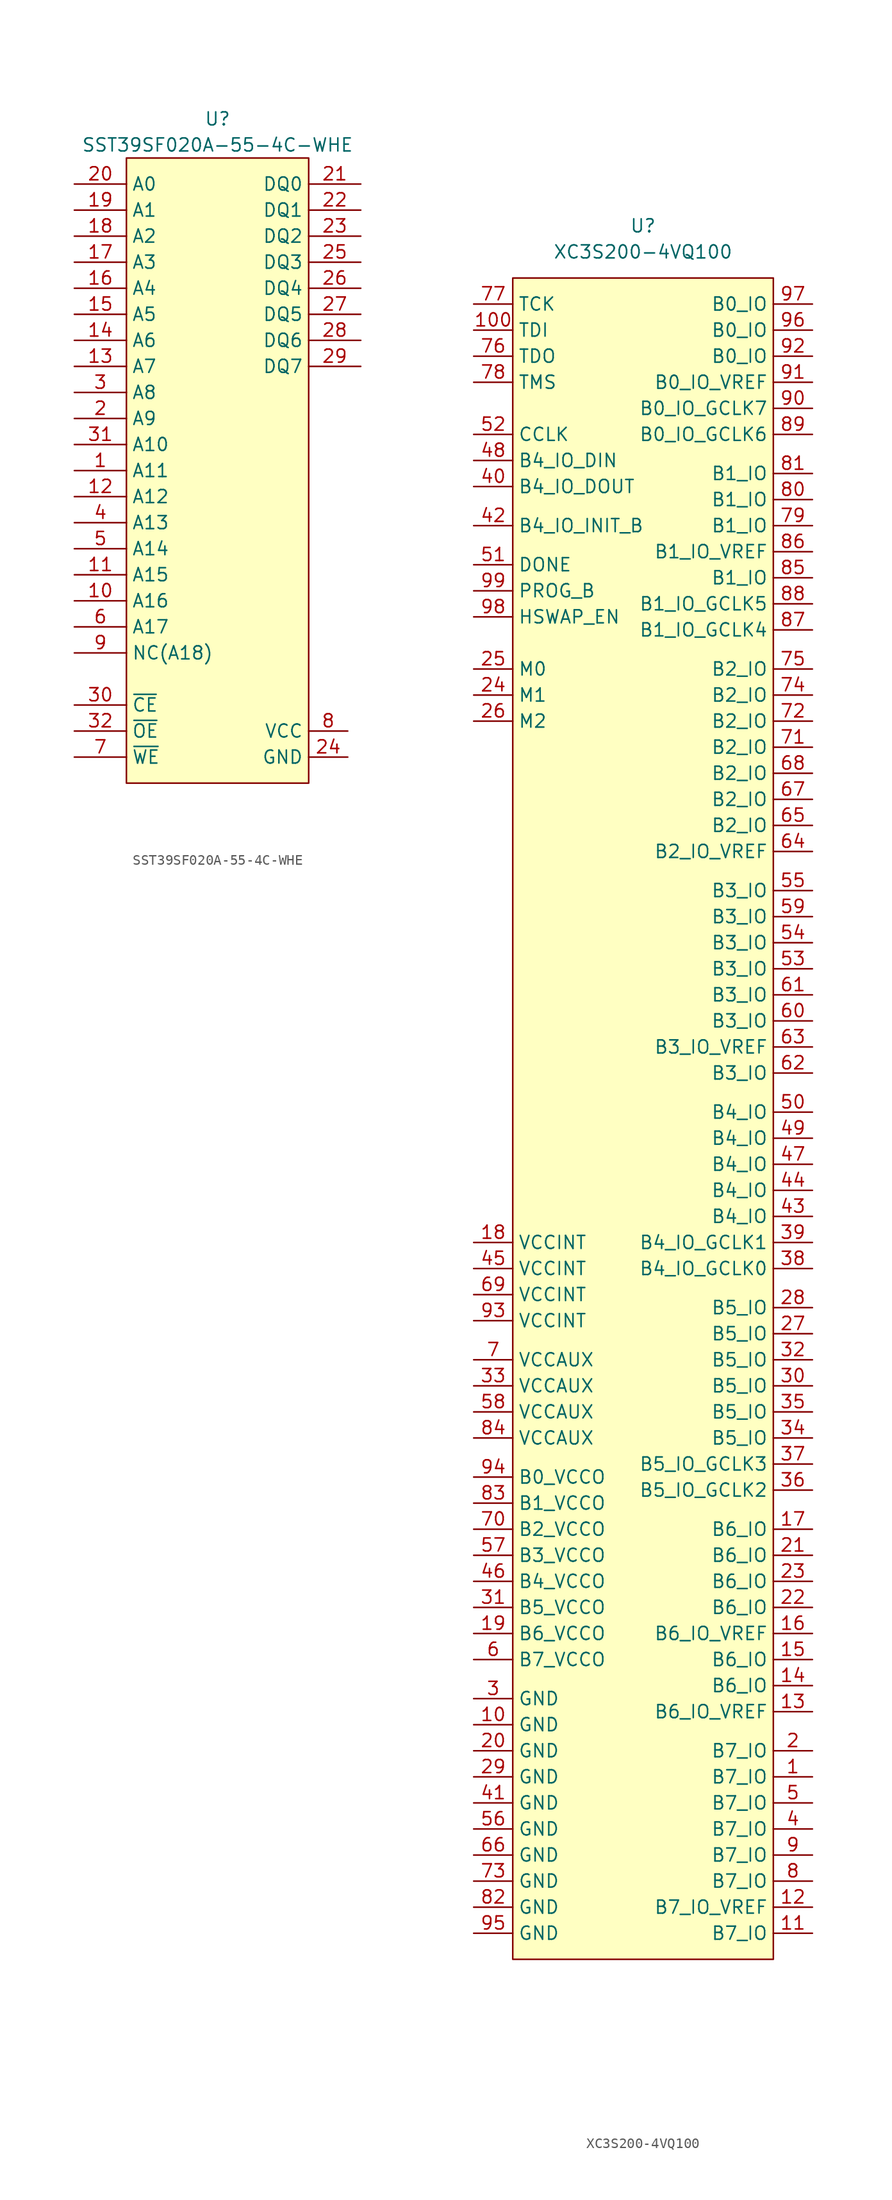
<source format=kicad_sym>
(kicad_symbol_lib
  (version 20220914)
  (generator kicad_symbol_editor)
  (symbol "SST39SF020A-55-4C-WHE"
    (property "Reference" "U"
      (at 0 35.56 0)
      (effects (font (size 1.27 1.27))))
    (property "Value" "SST39SF020A-55-4C-WHE"
      (at 0 33.02 0)
      (effects (font (size 1.27 1.27))))
    (symbol "SST39SF020A-55-4C-WHE_0_0"
      (pin power_in line (at 12.7 -26.67 180) (length 3.81) (name "GND" (effects (font (size 1.27 1.27)))) (number "24" (effects (font (size 1.27 1.27)))))
      (pin power_in line (at 12.7 -24.13 180) (length 3.81) (name "VCC" (effects (font (size 1.27 1.27)))) (number "8" (effects (font (size 1.27 1.27))))))
    (symbol "SST39SF020A-55-4C-WHE_0_1"
      (rectangle (start -8.89 31.75) (end 8.89 -29.21) (stroke (width 0) (type default)) (fill (type background))))
    (symbol "SST39SF020A-55-4C-WHE_1_1"
      (pin input line (at -13.97 1.27 0) (length 5.08) (name "A11" (effects (font (size 1.27 1.27)))) (number "1" (effects (font (size 1.27 1.27)))))
      (pin input line (at -13.97 -11.43 0) (length 5.08) (name "A16" (effects (font (size 1.27 1.27)))) (number "10" (effects (font (size 1.27 1.27)))))
      (pin input line (at -13.97 -8.89 0) (length 5.08) (name "A15" (effects (font (size 1.27 1.27)))) (number "11" (effects (font (size 1.27 1.27)))))
      (pin input line (at -13.97 -1.27 0) (length 5.08) (name "A12" (effects (font (size 1.27 1.27)))) (number "12" (effects (font (size 1.27 1.27)))))
      (pin input line (at -13.97 11.43 0) (length 5.08) (name "A7" (effects (font (size 1.27 1.27)))) (number "13" (effects (font (size 1.27 1.27)))))
      (pin input line (at -13.97 13.97 0) (length 5.08) (name "A6" (effects (font (size 1.27 1.27)))) (number "14" (effects (font (size 1.27 1.27)))))
      (pin input line (at -13.97 16.51 0) (length 5.08) (name "A5" (effects (font (size 1.27 1.27)))) (number "15" (effects (font (size 1.27 1.27)))))
      (pin input line (at -13.97 19.05 0) (length 5.08) (name "A4" (effects (font (size 1.27 1.27)))) (number "16" (effects (font (size 1.27 1.27)))))
      (pin input line (at -13.97 21.59 0) (length 5.08) (name "A3" (effects (font (size 1.27 1.27)))) (number "17" (effects (font (size 1.27 1.27)))))
      (pin input line (at -13.97 24.13 0) (length 5.08) (name "A2" (effects (font (size 1.27 1.27)))) (number "18" (effects (font (size 1.27 1.27)))))
      (pin input line (at -13.97 26.67 0) (length 5.08) (name "A1" (effects (font (size 1.27 1.27)))) (number "19" (effects (font (size 1.27 1.27)))))
      (pin input line (at -13.97 6.35 0) (length 5.08) (name "A9" (effects (font (size 1.27 1.27)))) (number "2" (effects (font (size 1.27 1.27)))))
      (pin input line (at -13.97 29.21 0) (length 5.08) (name "A0" (effects (font (size 1.27 1.27)))) (number "20" (effects (font (size 1.27 1.27)))))
      (pin bidirectional line (at 13.97 29.21 180) (length 5.08) (name "DQ0" (effects (font (size 1.27 1.27)))) (number "21" (effects (font (size 1.27 1.27)))))
      (pin bidirectional line (at 13.97 26.67 180) (length 5.08) (name "DQ1" (effects (font (size 1.27 1.27)))) (number "22" (effects (font (size 1.27 1.27)))))
      (pin bidirectional line (at 13.97 24.13 180) (length 5.08) (name "DQ2" (effects (font (size 1.27 1.27)))) (number "23" (effects (font (size 1.27 1.27)))))
      (pin bidirectional line (at 13.97 21.59 180) (length 5.08) (name "DQ3" (effects (font (size 1.27 1.27)))) (number "25" (effects (font (size 1.27 1.27)))))
      (pin bidirectional line (at 13.97 19.05 180) (length 5.08) (name "DQ4" (effects (font (size 1.27 1.27)))) (number "26" (effects (font (size 1.27 1.27)))))
      (pin bidirectional line (at 13.97 16.51 180) (length 5.08) (name "DQ5" (effects (font (size 1.27 1.27)))) (number "27" (effects (font (size 1.27 1.27)))))
      (pin bidirectional line (at 13.97 13.97 180) (length 5.08) (name "DQ6" (effects (font (size 1.27 1.27)))) (number "28" (effects (font (size 1.27 1.27)))))
      (pin bidirectional line (at 13.97 11.43 180) (length 5.08) (name "DQ7" (effects (font (size 1.27 1.27)))) (number "29" (effects (font (size 1.27 1.27)))))
      (pin input line (at -13.97 8.89 0) (length 5.08) (name "A8" (effects (font (size 1.27 1.27)))) (number "3" (effects (font (size 1.27 1.27)))))
      (pin input line (at -13.97 -21.59 0) (length 5.08) (name "~{CE}" (effects (font (size 1.27 1.27)))) (number "30" (effects (font (size 1.27 1.27)))))
      (pin input line (at -13.97 3.81 0) (length 5.08) (name "A10" (effects (font (size 1.27 1.27)))) (number "31" (effects (font (size 1.27 1.27)))))
      (pin input line (at -13.97 -24.13 0) (length 5.08) (name "~{OE}" (effects (font (size 1.27 1.27)))) (number "32" (effects (font (size 1.27 1.27)))))
      (pin input line (at -13.97 -3.81 0) (length 5.08) (name "A13" (effects (font (size 1.27 1.27)))) (number "4" (effects (font (size 1.27 1.27)))))
      (pin input line (at -13.97 -6.35 0) (length 5.08) (name "A14" (effects (font (size 1.27 1.27)))) (number "5" (effects (font (size 1.27 1.27)))))
      (pin input line (at -13.97 -13.97 0) (length 5.08) (name "A17" (effects (font (size 1.27 1.27)))) (number "6" (effects (font (size 1.27 1.27)))))
      (pin input line (at -13.97 -26.67 0) (length 5.08) (name "~{WE}" (effects (font (size 1.27 1.27)))) (number "7" (effects (font (size 1.27 1.27)))))
      (pin input line (at -13.97 -16.51 0) (length 5.08) (name "NC(A18)" (effects (font (size 1.27 1.27)))) (number "9" (effects (font (size 1.27 1.27)))))))
  (symbol "XC3S200-4VQ100"
    (property "Reference" "U"
      (at 0 87.63 0)
      (effects (font (size 1.27 1.27))))
    (property "Value" "XC3S200-4VQ100"
      (at 0 85.09 0)
      (effects (font (size 1.27 1.27))))
    (symbol "XC3S200-4VQ100_0_1"
      (rectangle (start -12.7 82.55) (end 12.7 -81.28) (stroke (width 0) (type default)) (fill (type background))))
    (symbol "XC3S200-4VQ100_1_1"
      (pin passive line (at 16.51 -63.5 180) (length 3.81) (name "B7_IO" (effects (font (size 1.27 1.27)))) (number "1" (effects (font (size 1.27 1.27)))))
      (pin power_in line (at -16.51 -58.42 0) (length 3.81) (name "GND" (effects (font (size 1.27 1.27)))) (number "10" (effects (font (size 1.27 1.27)))))
      (pin input line (at -16.51 77.47 0) (length 3.81) (name "TDI" (effects (font (size 1.27 1.27)))) (number "100" (effects (font (size 1.27 1.27)))))
      (pin passive line (at 16.51 -78.74 180) (length 3.81) (name "B7_IO" (effects (font (size 1.27 1.27)))) (number "11" (effects (font (size 1.27 1.27)))))
      (pin passive line (at 16.51 -76.2 180) (length 3.81) (name "B7_IO_VREF" (effects (font (size 1.27 1.27)))) (number "12" (effects (font (size 1.27 1.27)))))
      (pin passive line (at 16.51 -57.15 180) (length 3.81) (name "B6_IO_VREF" (effects (font (size 1.27 1.27)))) (number "13" (effects (font (size 1.27 1.27)))))
      (pin passive line (at 16.51 -54.61 180) (length 3.81) (name "B6_IO" (effects (font (size 1.27 1.27)))) (number "14" (effects (font (size 1.27 1.27)))))
      (pin passive line (at 16.51 -52.07 180) (length 3.81) (name "B6_IO" (effects (font (size 1.27 1.27)))) (number "15" (effects (font (size 1.27 1.27)))))
      (pin passive line (at 16.51 -49.53 180) (length 3.81) (name "B6_IO_VREF" (effects (font (size 1.27 1.27)))) (number "16" (effects (font (size 1.27 1.27)))))
      (pin passive line (at 16.51 -39.37 180) (length 3.81) (name "B6_IO" (effects (font (size 1.27 1.27)))) (number "17" (effects (font (size 1.27 1.27)))))
      (pin power_in line (at -16.51 -11.43 0) (length 3.81) (name "VCCINT" (effects (font (size 1.27 1.27)))) (number "18" (effects (font (size 1.27 1.27)))))
      (pin power_in line (at -16.51 -49.53 0) (length 3.81) (name "B6_VCCO" (effects (font (size 1.27 1.27)))) (number "19" (effects (font (size 1.27 1.27)))))
      (pin passive line (at 16.51 -60.96 180) (length 3.81) (name "B7_IO" (effects (font (size 1.27 1.27)))) (number "2" (effects (font (size 1.27 1.27)))))
      (pin power_in line (at -16.51 -60.96 0) (length 3.81) (name "GND" (effects (font (size 1.27 1.27)))) (number "20" (effects (font (size 1.27 1.27)))))
      (pin passive line (at 16.51 -41.91 180) (length 3.81) (name "B6_IO" (effects (font (size 1.27 1.27)))) (number "21" (effects (font (size 1.27 1.27)))))
      (pin passive line (at 16.51 -46.99 180) (length 3.81) (name "B6_IO" (effects (font (size 1.27 1.27)))) (number "22" (effects (font (size 1.27 1.27)))))
      (pin passive line (at 16.51 -44.45 180) (length 3.81) (name "B6_IO" (effects (font (size 1.27 1.27)))) (number "23" (effects (font (size 1.27 1.27)))))
      (pin input line (at -16.51 41.91 0) (length 3.81) (name "M1" (effects (font (size 1.27 1.27)))) (number "24" (effects (font (size 1.27 1.27)))))
      (pin input line (at -16.51 44.45 0) (length 3.81) (name "M0" (effects (font (size 1.27 1.27)))) (number "25" (effects (font (size 1.27 1.27)))))
      (pin input line (at -16.51 39.37 0) (length 3.81) (name "M2" (effects (font (size 1.27 1.27)))) (number "26" (effects (font (size 1.27 1.27)))))
      (pin passive line (at 16.51 -20.32 180) (length 3.81) (name "B5_IO" (effects (font (size 1.27 1.27)))) (number "27" (effects (font (size 1.27 1.27)))))
      (pin passive line (at 16.51 -17.78 180) (length 3.81) (name "B5_IO" (effects (font (size 1.27 1.27)))) (number "28" (effects (font (size 1.27 1.27)))))
      (pin power_in line (at -16.51 -63.5 0) (length 3.81) (name "GND" (effects (font (size 1.27 1.27)))) (number "29" (effects (font (size 1.27 1.27)))))
      (pin power_in line (at -16.51 -55.88 0) (length 3.81) (name "GND" (effects (font (size 1.27 1.27)))) (number "3" (effects (font (size 1.27 1.27)))))
      (pin passive line (at 16.51 -25.4 180) (length 3.81) (name "B5_IO" (effects (font (size 1.27 1.27)))) (number "30" (effects (font (size 1.27 1.27)))))
      (pin power_in line (at -16.51 -46.99 0) (length 3.81) (name "B5_VCCO" (effects (font (size 1.27 1.27)))) (number "31" (effects (font (size 1.27 1.27)))))
      (pin passive line (at 16.51 -22.86 180) (length 3.81) (name "B5_IO" (effects (font (size 1.27 1.27)))) (number "32" (effects (font (size 1.27 1.27)))))
      (pin power_in line (at -16.51 -25.4 0) (length 3.81) (name "VCCAUX" (effects (font (size 1.27 1.27)))) (number "33" (effects (font (size 1.27 1.27)))))
      (pin passive line (at 16.51 -30.48 180) (length 3.81) (name "B5_IO" (effects (font (size 1.27 1.27)))) (number "34" (effects (font (size 1.27 1.27)))))
      (pin passive line (at 16.51 -27.94 180) (length 3.81) (name "B5_IO" (effects (font (size 1.27 1.27)))) (number "35" (effects (font (size 1.27 1.27)))))
      (pin passive line (at 16.51 -35.56 180) (length 3.81) (name "B5_IO_GCLK2" (effects (font (size 1.27 1.27)))) (number "36" (effects (font (size 1.27 1.27)))))
      (pin passive line (at 16.51 -33.02 180) (length 3.81) (name "B5_IO_GCLK3" (effects (font (size 1.27 1.27)))) (number "37" (effects (font (size 1.27 1.27)))))
      (pin passive line (at 16.51 -13.97 180) (length 3.81) (name "B4_IO_GCLK0" (effects (font (size 1.27 1.27)))) (number "38" (effects (font (size 1.27 1.27)))))
      (pin passive line (at 16.51 -11.43 180) (length 3.81) (name "B4_IO_GCLK1" (effects (font (size 1.27 1.27)))) (number "39" (effects (font (size 1.27 1.27)))))
      (pin passive line (at 16.51 -68.58 180) (length 3.81) (name "B7_IO" (effects (font (size 1.27 1.27)))) (number "4" (effects (font (size 1.27 1.27)))))
      (pin passive line (at -16.51 62.23 0) (length 3.81) (name "B4_IO_DOUT" (effects (font (size 1.27 1.27)))) (number "40" (effects (font (size 1.27 1.27)))))
      (pin power_in line (at -16.51 -66.04 0) (length 3.81) (name "GND" (effects (font (size 1.27 1.27)))) (number "41" (effects (font (size 1.27 1.27)))))
      (pin passive line (at -16.51 58.42 0) (length 3.81) (name "B4_IO_INIT_B" (effects (font (size 1.27 1.27)))) (number "42" (effects (font (size 1.27 1.27)))))
      (pin passive line (at 16.51 -8.89 180) (length 3.81) (name "B4_IO" (effects (font (size 1.27 1.27)))) (number "43" (effects (font (size 1.27 1.27)))))
      (pin passive line (at 16.51 -6.35 180) (length 3.81) (name "B4_IO" (effects (font (size 1.27 1.27)))) (number "44" (effects (font (size 1.27 1.27)))))
      (pin power_in line (at -16.51 -13.97 0) (length 3.81) (name "VCCINT" (effects (font (size 1.27 1.27)))) (number "45" (effects (font (size 1.27 1.27)))))
      (pin power_in line (at -16.51 -44.45 0) (length 3.81) (name "B4_VCCO" (effects (font (size 1.27 1.27)))) (number "46" (effects (font (size 1.27 1.27)))))
      (pin passive line (at 16.51 -3.81 180) (length 3.81) (name "B4_IO" (effects (font (size 1.27 1.27)))) (number "47" (effects (font (size 1.27 1.27)))))
      (pin passive line (at -16.51 64.77 0) (length 3.81) (name "B4_IO_DIN" (effects (font (size 1.27 1.27)))) (number "48" (effects (font (size 1.27 1.27)))))
      (pin passive line (at 16.51 -1.27 180) (length 3.81) (name "B4_IO" (effects (font (size 1.27 1.27)))) (number "49" (effects (font (size 1.27 1.27)))))
      (pin passive line (at 16.51 -66.04 180) (length 3.81) (name "B7_IO" (effects (font (size 1.27 1.27)))) (number "5" (effects (font (size 1.27 1.27)))))
      (pin passive line (at 16.51 1.27 180) (length 3.81) (name "B4_IO" (effects (font (size 1.27 1.27)))) (number "50" (effects (font (size 1.27 1.27)))))
      (pin output line (at -16.51 54.61 0) (length 3.81) (name "DONE" (effects (font (size 1.27 1.27)))) (number "51" (effects (font (size 1.27 1.27)))))
      (pin input line (at -16.51 67.31 0) (length 3.81) (name "CCLK" (effects (font (size 1.27 1.27)))) (number "52" (effects (font (size 1.27 1.27)))))
      (pin passive line (at 16.51 15.24 180) (length 3.81) (name "B3_IO" (effects (font (size 1.27 1.27)))) (number "53" (effects (font (size 1.27 1.27)))))
      (pin passive line (at 16.51 17.78 180) (length 3.81) (name "B3_IO" (effects (font (size 1.27 1.27)))) (number "54" (effects (font (size 1.27 1.27)))))
      (pin passive line (at 16.51 22.86 180) (length 3.81) (name "B3_IO" (effects (font (size 1.27 1.27)))) (number "55" (effects (font (size 1.27 1.27)))))
      (pin power_in line (at -16.51 -68.58 0) (length 3.81) (name "GND" (effects (font (size 1.27 1.27)))) (number "56" (effects (font (size 1.27 1.27)))))
      (pin power_in line (at -16.51 -41.91 0) (length 3.81) (name "B3_VCCO" (effects (font (size 1.27 1.27)))) (number "57" (effects (font (size 1.27 1.27)))))
      (pin power_in line (at -16.51 -27.94 0) (length 3.81) (name "VCCAUX" (effects (font (size 1.27 1.27)))) (number "58" (effects (font (size 1.27 1.27)))))
      (pin passive line (at 16.51 20.32 180) (length 3.81) (name "B3_IO" (effects (font (size 1.27 1.27)))) (number "59" (effects (font (size 1.27 1.27)))))
      (pin power_in line (at -16.51 -52.07 0) (length 3.81) (name "B7_VCCO" (effects (font (size 1.27 1.27)))) (number "6" (effects (font (size 1.27 1.27)))))
      (pin passive line (at 16.51 10.16 180) (length 3.81) (name "B3_IO" (effects (font (size 1.27 1.27)))) (number "60" (effects (font (size 1.27 1.27)))))
      (pin passive line (at 16.51 12.7 180) (length 3.81) (name "B3_IO" (effects (font (size 1.27 1.27)))) (number "61" (effects (font (size 1.27 1.27)))))
      (pin passive line (at 16.51 5.08 180) (length 3.81) (name "B3_IO" (effects (font (size 1.27 1.27)))) (number "62" (effects (font (size 1.27 1.27)))))
      (pin passive line (at 16.51 7.62 180) (length 3.81) (name "B3_IO_VREF" (effects (font (size 1.27 1.27)))) (number "63" (effects (font (size 1.27 1.27)))))
      (pin passive line (at 16.51 26.67 180) (length 3.81) (name "B2_IO_VREF" (effects (font (size 1.27 1.27)))) (number "64" (effects (font (size 1.27 1.27)))))
      (pin passive line (at 16.51 29.21 180) (length 3.81) (name "B2_IO" (effects (font (size 1.27 1.27)))) (number "65" (effects (font (size 1.27 1.27)))))
      (pin power_in line (at -16.51 -71.12 0) (length 3.81) (name "GND" (effects (font (size 1.27 1.27)))) (number "66" (effects (font (size 1.27 1.27)))))
      (pin passive line (at 16.51 31.75 180) (length 3.81) (name "B2_IO" (effects (font (size 1.27 1.27)))) (number "67" (effects (font (size 1.27 1.27)))))
      (pin passive line (at 16.51 34.29 180) (length 3.81) (name "B2_IO" (effects (font (size 1.27 1.27)))) (number "68" (effects (font (size 1.27 1.27)))))
      (pin power_in line (at -16.51 -16.51 0) (length 3.81) (name "VCCINT" (effects (font (size 1.27 1.27)))) (number "69" (effects (font (size 1.27 1.27)))))
      (pin power_in line (at -16.51 -22.86 0) (length 3.81) (name "VCCAUX" (effects (font (size 1.27 1.27)))) (number "7" (effects (font (size 1.27 1.27)))))
      (pin power_in line (at -16.51 -39.37 0) (length 3.81) (name "B2_VCCO" (effects (font (size 1.27 1.27)))) (number "70" (effects (font (size 1.27 1.27)))))
      (pin passive line (at 16.51 36.83 180) (length 3.81) (name "B2_IO" (effects (font (size 1.27 1.27)))) (number "71" (effects (font (size 1.27 1.27)))))
      (pin passive line (at 16.51 39.37 180) (length 3.81) (name "B2_IO" (effects (font (size 1.27 1.27)))) (number "72" (effects (font (size 1.27 1.27)))))
      (pin power_in line (at -16.51 -73.66 0) (length 3.81) (name "GND" (effects (font (size 1.27 1.27)))) (number "73" (effects (font (size 1.27 1.27)))))
      (pin passive line (at 16.51 41.91 180) (length 3.81) (name "B2_IO" (effects (font (size 1.27 1.27)))) (number "74" (effects (font (size 1.27 1.27)))))
      (pin passive line (at 16.51 44.45 180) (length 3.81) (name "B2_IO" (effects (font (size 1.27 1.27)))) (number "75" (effects (font (size 1.27 1.27)))))
      (pin output line (at -16.51 74.93 0) (length 3.81) (name "TDO" (effects (font (size 1.27 1.27)))) (number "76" (effects (font (size 1.27 1.27)))))
      (pin input line (at -16.51 80.01 0) (length 3.81) (name "TCK" (effects (font (size 1.27 1.27)))) (number "77" (effects (font (size 1.27 1.27)))))
      (pin input line (at -16.51 72.39 0) (length 3.81) (name "TMS" (effects (font (size 1.27 1.27)))) (number "78" (effects (font (size 1.27 1.27)))))
      (pin passive line (at 16.51 58.42 180) (length 3.81) (name "B1_IO" (effects (font (size 1.27 1.27)))) (number "79" (effects (font (size 1.27 1.27)))))
      (pin passive line (at 16.51 -73.66 180) (length 3.81) (name "B7_IO" (effects (font (size 1.27 1.27)))) (number "8" (effects (font (size 1.27 1.27)))))
      (pin passive line (at 16.51 60.96 180) (length 3.81) (name "B1_IO" (effects (font (size 1.27 1.27)))) (number "80" (effects (font (size 1.27 1.27)))))
      (pin passive line (at 16.51 63.5 180) (length 3.81) (name "B1_IO" (effects (font (size 1.27 1.27)))) (number "81" (effects (font (size 1.27 1.27)))))
      (pin power_in line (at -16.51 -76.2 0) (length 3.81) (name "GND" (effects (font (size 1.27 1.27)))) (number "82" (effects (font (size 1.27 1.27)))))
      (pin power_in line (at -16.51 -36.83 0) (length 3.81) (name "B1_VCCO" (effects (font (size 1.27 1.27)))) (number "83" (effects (font (size 1.27 1.27)))))
      (pin power_in line (at -16.51 -30.48 0) (length 3.81) (name "VCCAUX" (effects (font (size 1.27 1.27)))) (number "84" (effects (font (size 1.27 1.27)))))
      (pin passive line (at 16.51 53.34 180) (length 3.81) (name "B1_IO" (effects (font (size 1.27 1.27)))) (number "85" (effects (font (size 1.27 1.27)))))
      (pin passive line (at 16.51 55.88 180) (length 3.81) (name "B1_IO_VREF" (effects (font (size 1.27 1.27)))) (number "86" (effects (font (size 1.27 1.27)))))
      (pin passive line (at 16.51 48.26 180) (length 3.81) (name "B1_IO_GCLK4" (effects (font (size 1.27 1.27)))) (number "87" (effects (font (size 1.27 1.27)))))
      (pin passive line (at 16.51 50.8 180) (length 3.81) (name "B1_IO_GCLK5" (effects (font (size 1.27 1.27)))) (number "88" (effects (font (size 1.27 1.27)))))
      (pin passive line (at 16.51 67.31 180) (length 3.81) (name "B0_IO_GCLK6" (effects (font (size 1.27 1.27)))) (number "89" (effects (font (size 1.27 1.27)))))
      (pin passive line (at 16.51 -71.12 180) (length 3.81) (name "B7_IO" (effects (font (size 1.27 1.27)))) (number "9" (effects (font (size 1.27 1.27)))))
      (pin passive line (at 16.51 69.85 180) (length 3.81) (name "B0_IO_GCLK7" (effects (font (size 1.27 1.27)))) (number "90" (effects (font (size 1.27 1.27)))))
      (pin passive line (at 16.51 72.39 180) (length 3.81) (name "B0_IO_VREF" (effects (font (size 1.27 1.27)))) (number "91" (effects (font (size 1.27 1.27)))))
      (pin passive line (at 16.51 74.93 180) (length 3.81) (name "B0_IO" (effects (font (size 1.27 1.27)))) (number "92" (effects (font (size 1.27 1.27)))))
      (pin power_in line (at -16.51 -19.05 0) (length 3.81) (name "VCCINT" (effects (font (size 1.27 1.27)))) (number "93" (effects (font (size 1.27 1.27)))))
      (pin power_in line (at -16.51 -34.29 0) (length 3.81) (name "B0_VCCO" (effects (font (size 1.27 1.27)))) (number "94" (effects (font (size 1.27 1.27)))))
      (pin power_in line (at -16.51 -78.74 0) (length 3.81) (name "GND" (effects (font (size 1.27 1.27)))) (number "95" (effects (font (size 1.27 1.27)))))
      (pin passive line (at 16.51 77.47 180) (length 3.81) (name "B0_IO" (effects (font (size 1.27 1.27)))) (number "96" (effects (font (size 1.27 1.27)))))
      (pin passive line (at 16.51 80.01 180) (length 3.81) (name "B0_IO" (effects (font (size 1.27 1.27)))) (number "97" (effects (font (size 1.27 1.27)))))
      (pin input line (at -16.51 49.53 0) (length 3.81) (name "HSWAP_EN" (effects (font (size 1.27 1.27)))) (number "98" (effects (font (size 1.27 1.27)))))
      (pin input line (at -16.51 52.07 0) (length 3.81) (name "PROG_B" (effects (font (size 1.27 1.27)))) (number "99" (effects (font (size 1.27 1.27))))))))
</source>
